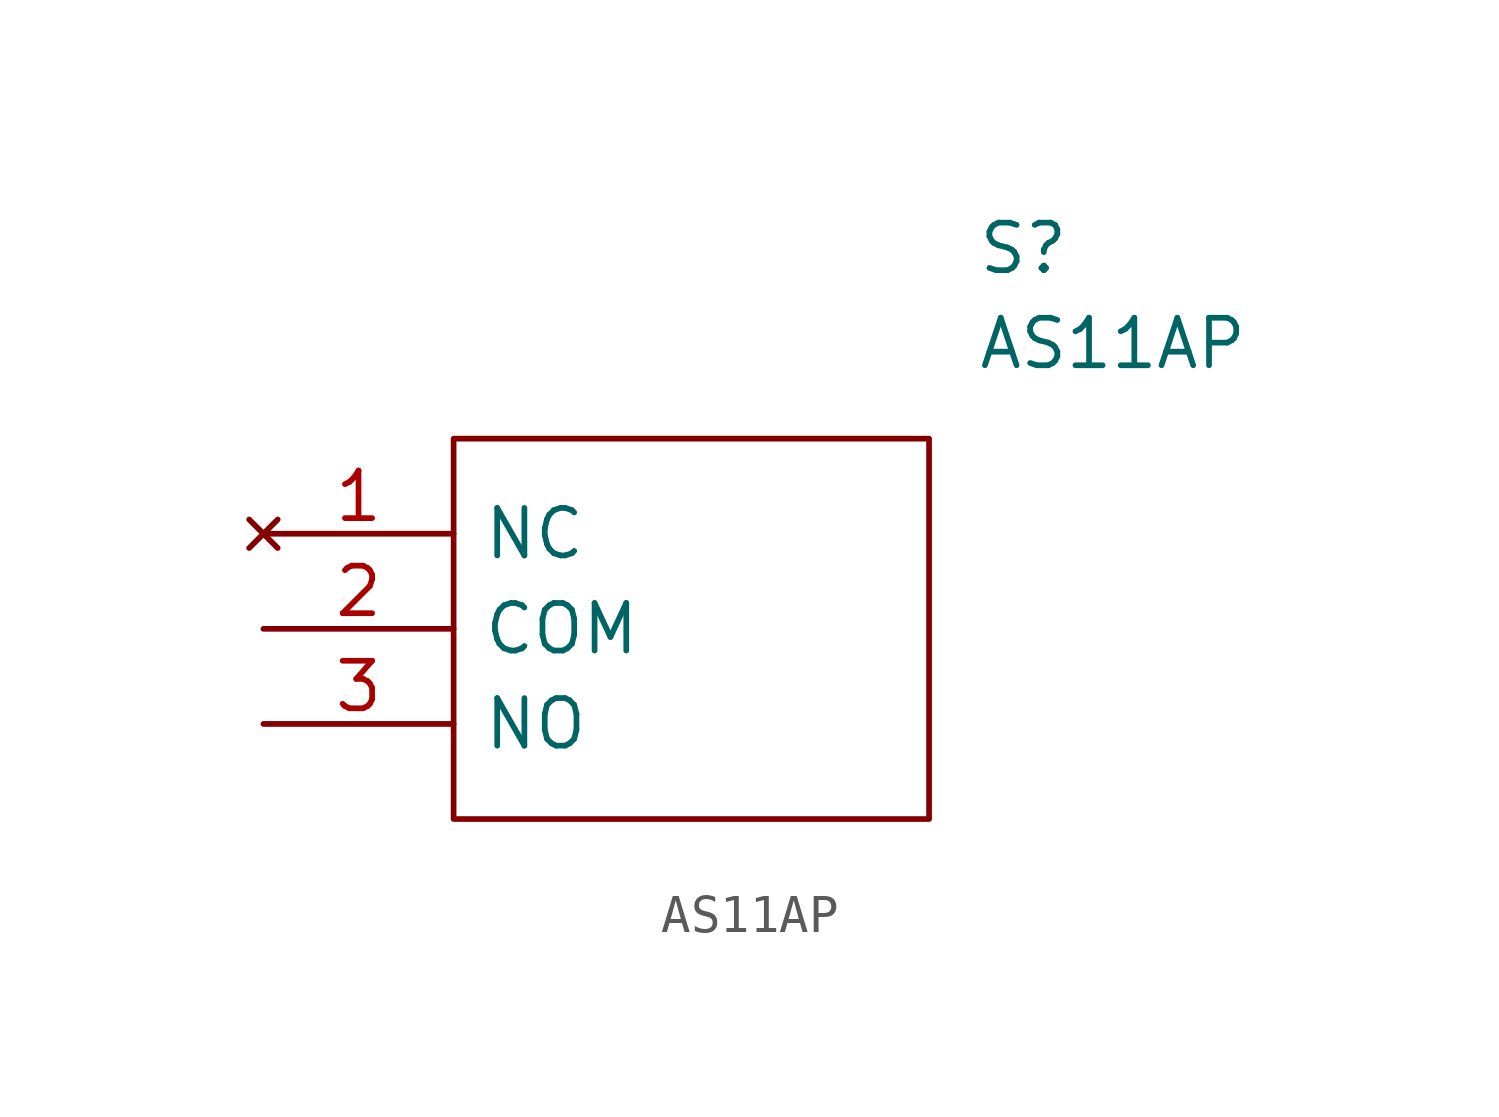
<source format=kicad_sym>
(kicad_symbol_lib
  (version 20211014)
  (generator kicad_symbol_editor)
  (symbol "AS11AP"
    (pin_names
      (offset 0.762))
    (property "Reference" "S"
      (at 19.05 7.62 0)
      (effects (font (size 1.27 1.27)) (justify left)))
    (property "Value" "AS11AP"
      (at 19.05 5.08 0)
      (effects (font (size 1.27 1.27)) (justify left)))
    (symbol "AS11AP_0_0"
      (pin no_connect line (at 0 0 0) (length 5.08) (name "NC" (effects (font (size 1.27 1.27)))) (number "1" (effects (font (size 1.27 1.27)))))
      (pin passive line (at 0 -2.54 0) (length 5.08) (name "COM" (effects (font (size 1.27 1.27)))) (number "2" (effects (font (size 1.27 1.27)))))
      (pin passive line (at 0 -5.08 0) (length 5.08) (name "NO" (effects (font (size 1.27 1.27)))) (number "3" (effects (font (size 1.27 1.27))))))
    (symbol "AS11AP_0_1"
      (polyline (pts (xy 5.08 2.54) (xy 17.78 2.54) (xy 17.78 -7.62) (xy 5.08 -7.62) (xy 5.08 2.54)) (stroke (width 0.152) (type default) (color 0 0 0 0)) (fill (type none))))))
</source>
